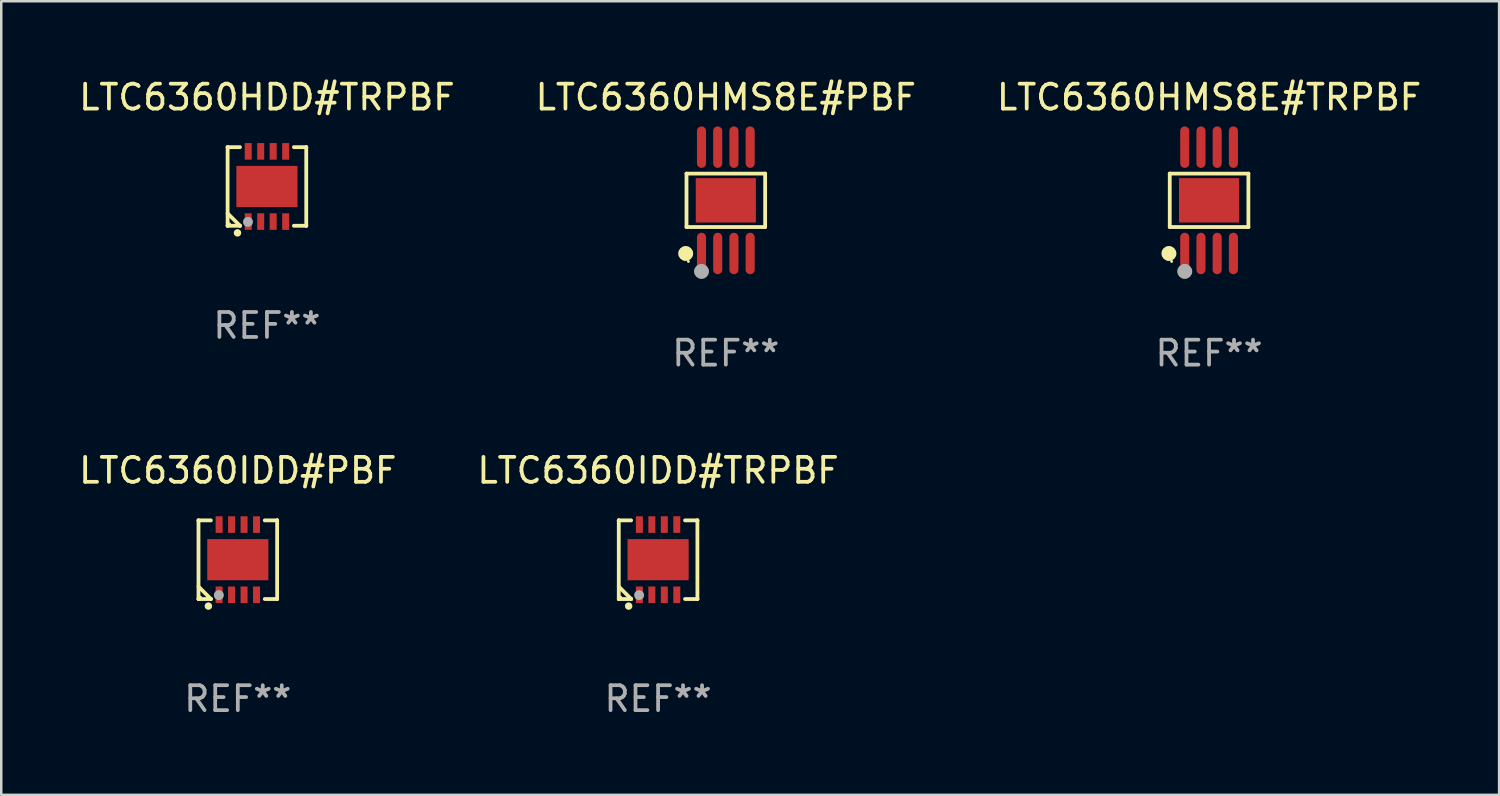
<source format=kicad_pcb>
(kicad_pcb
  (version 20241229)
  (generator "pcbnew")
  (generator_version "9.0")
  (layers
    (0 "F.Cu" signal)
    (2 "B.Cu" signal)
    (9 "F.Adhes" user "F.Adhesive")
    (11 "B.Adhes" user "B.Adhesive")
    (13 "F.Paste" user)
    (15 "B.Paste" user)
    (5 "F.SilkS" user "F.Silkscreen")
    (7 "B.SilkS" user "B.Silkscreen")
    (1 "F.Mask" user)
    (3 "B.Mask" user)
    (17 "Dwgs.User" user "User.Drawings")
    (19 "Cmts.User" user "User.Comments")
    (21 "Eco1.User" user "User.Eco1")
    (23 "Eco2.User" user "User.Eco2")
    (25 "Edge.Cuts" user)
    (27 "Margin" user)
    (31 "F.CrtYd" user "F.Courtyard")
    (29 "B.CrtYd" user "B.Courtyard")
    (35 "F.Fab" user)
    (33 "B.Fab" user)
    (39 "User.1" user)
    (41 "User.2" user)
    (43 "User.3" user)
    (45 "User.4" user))
  (footprint "LTC6360HDD#TRPBF"
    (layer "F.Cu")
    (at 7.649 4.424)
    (property "Reference" "LTC6360HDD#TRPBF" (at 0 -3.576 0) (layer "F.SilkS") (effects (font (size 1 1) (thickness 0.15))))
    (attr through_hole)
    (fp_line (start -1.576 -1.576) (end -1.576 -1.576) (stroke (width 0.152) (type solid)) (layer "F.SilkS"))
    (fp_line (start -1.576 -1.576) (end -1.08 -1.576) (stroke (width 0.152) (type solid)) (layer "F.SilkS"))
    (fp_line (start -1.576 1.576) (end -1.576 -1.576) (stroke (width 0.152) (type solid)) (layer "F.SilkS"))
    (fp_line (start -1.576 1.576) (end -1.576 1.576) (stroke (width 0.152) (type solid)) (layer "F.SilkS"))
    (fp_line (start -1.08 1.575) (end -1.576 1.079) (stroke (width 0.152) (type solid)) (layer "F.SilkS"))
    (fp_line (start -1.08 1.576) (end -1.576 1.576) (stroke (width 0.152) (type solid)) (layer "F.SilkS"))
    (fp_line (start -1.08 1.576) (end -1.08 1.575) (stroke (width 0.152) (type solid)) (layer "F.SilkS"))
    (fp_line (start 1.08 1.576) (end 1.576 1.576) (stroke (width 0.152) (type solid)) (layer "F.SilkS"))
    (fp_line (start 1.576 -1.576) (end 1.08 -1.576) (stroke (width 0.152) (type solid)) (layer "F.SilkS"))
    (fp_line (start 1.576 -1.576) (end 1.576 -1.576) (stroke (width 0.152) (type solid)) (layer "F.SilkS"))
    (fp_line (start 1.576 1.576) (end 1.576 -1.576) (stroke (width 0.152) (type solid)) (layer "F.SilkS"))
    (fp_line (start 1.576 1.576) (end 1.576 1.576) (stroke (width 0.152) (type solid)) (layer "F.SilkS"))
    (fp_circle (center -1.5 1.5) (end -1.47 1.5) (stroke (width 0.06) (type solid)) (fill no) (layer "F.SilkS"))
    (fp_circle (center -1.18 1.86) (end -1.105 1.86) (stroke (width 0.15) (type solid)) (fill no) (layer "F.SilkS"))
    (fp_circle (center -0.76 1.42) (end -0.66 1.42) (stroke (width 0.2) (type solid)) (fill no) (layer "F.Fab"))
    (fp_text user "REF**" (at 0 5.576 0) (layer "F.Fab") (effects (font (size 1 1) (thickness 0.15))))
    (pad "1" smd rect (at -0.75 1.407) (size 0.28 0.665) (layers "F.Cu" "F.Mask" "F.Paste"))
    (pad "2" smd rect (at -0.25 1.407) (size 0.28 0.665) (layers "F.Cu" "F.Mask" "F.Paste"))
    (pad "3" smd rect (at 0.25 1.407) (size 0.28 0.665) (layers "F.Cu" "F.Mask" "F.Paste"))
    (pad "4" smd rect (at 0.75 1.407) (size 0.28 0.665) (layers "F.Cu" "F.Mask" "F.Paste"))
    (pad "5" smd rect (at 0.75 -1.407) (size 0.28 0.665) (layers "F.Cu" "F.Mask" "F.Paste"))
    (pad "6" smd rect (at 0.25 -1.407) (size 0.28 0.665) (layers "F.Cu" "F.Mask" "F.Paste"))
    (pad "7" smd rect (at -0.25 -1.407) (size 0.28 0.665) (layers "F.Cu" "F.Mask" "F.Paste"))
    (pad "8" smd rect (at -0.75 -1.407) (size 0.28 0.665) (layers "F.Cu" "F.Mask" "F.Paste"))
    (pad "9" smd rect (at 0 0) (size 2.45 1.65) (layers "F.Cu" "F.Mask" "F.Paste")))
  (footprint "LTC6360IDD#TRPBF"
    (layer "F.Cu")
    (at 23.327 19.383)
    (property "Reference" "LTC6360IDD#TRPBF" (at 0 -3.576 0) (layer "F.SilkS") (effects (font (size 1 1) (thickness 0.15))))
    (attr through_hole)
    (fp_line (start -1.576 -1.576) (end -1.576 -1.576) (stroke (width 0.152) (type solid)) (layer "F.SilkS"))
    (fp_line (start -1.576 -1.576) (end -1.08 -1.576) (stroke (width 0.152) (type solid)) (layer "F.SilkS"))
    (fp_line (start -1.576 1.576) (end -1.576 -1.576) (stroke (width 0.152) (type solid)) (layer "F.SilkS"))
    (fp_line (start -1.576 1.576) (end -1.576 1.576) (stroke (width 0.152) (type solid)) (layer "F.SilkS"))
    (fp_line (start -1.08 1.575) (end -1.576 1.079) (stroke (width 0.152) (type solid)) (layer "F.SilkS"))
    (fp_line (start -1.08 1.576) (end -1.576 1.576) (stroke (width 0.152) (type solid)) (layer "F.SilkS"))
    (fp_line (start -1.08 1.576) (end -1.08 1.575) (stroke (width 0.152) (type solid)) (layer "F.SilkS"))
    (fp_line (start 1.08 1.576) (end 1.576 1.576) (stroke (width 0.152) (type solid)) (layer "F.SilkS"))
    (fp_line (start 1.576 -1.576) (end 1.08 -1.576) (stroke (width 0.152) (type solid)) (layer "F.SilkS"))
    (fp_line (start 1.576 -1.576) (end 1.576 -1.576) (stroke (width 0.152) (type solid)) (layer "F.SilkS"))
    (fp_line (start 1.576 1.576) (end 1.576 -1.576) (stroke (width 0.152) (type solid)) (layer "F.SilkS"))
    (fp_line (start 1.576 1.576) (end 1.576 1.576) (stroke (width 0.152) (type solid)) (layer "F.SilkS"))
    (fp_circle (center -1.5 1.5) (end -1.47 1.5) (stroke (width 0.06) (type solid)) (fill no) (layer "F.SilkS"))
    (fp_circle (center -1.18 1.86) (end -1.105 1.86) (stroke (width 0.15) (type solid)) (fill no) (layer "F.SilkS"))
    (fp_circle (center -0.76 1.42) (end -0.66 1.42) (stroke (width 0.2) (type solid)) (fill no) (layer "F.Fab"))
    (fp_text user "REF**" (at 0 5.576 0) (layer "F.Fab") (effects (font (size 1 1) (thickness 0.15))))
    (pad "1" smd rect (at -0.75 1.407) (size 0.28 0.665) (layers "F.Cu" "F.Mask" "F.Paste"))
    (pad "2" smd rect (at -0.25 1.407) (size 0.28 0.665) (layers "F.Cu" "F.Mask" "F.Paste"))
    (pad "3" smd rect (at 0.25 1.407) (size 0.28 0.665) (layers "F.Cu" "F.Mask" "F.Paste"))
    (pad "4" smd rect (at 0.75 1.407) (size 0.28 0.665) (layers "F.Cu" "F.Mask" "F.Paste"))
    (pad "5" smd rect (at 0.75 -1.407) (size 0.28 0.665) (layers "F.Cu" "F.Mask" "F.Paste"))
    (pad "6" smd rect (at 0.25 -1.407) (size 0.28 0.665) (layers "F.Cu" "F.Mask" "F.Paste"))
    (pad "7" smd rect (at -0.25 -1.407) (size 0.28 0.665) (layers "F.Cu" "F.Mask" "F.Paste"))
    (pad "8" smd rect (at -0.75 -1.407) (size 0.28 0.665) (layers "F.Cu" "F.Mask" "F.Paste"))
    (pad "9" smd rect (at 0 0) (size 2.45 1.65) (layers "F.Cu" "F.Mask" "F.Paste")))
  (footprint "LTC6360HMS8E#PBF"
    (layer "F.Cu")
    (at 26.042 4.979)
    (property "Reference" "LTC6360HMS8E#PBF" (at 0 -4.131 0) (layer "F.SilkS") (effects (font (size 1 1) (thickness 0.15))))
    (attr through_hole)
    (fp_line (start -1.576 -1.071) (end 1.576 -1.071) (stroke (width 0.152) (type solid)) (layer "F.SilkS"))
    (fp_line (start -1.576 1.071) (end -1.576 -1.071) (stroke (width 0.152) (type solid)) (layer "F.SilkS"))
    (fp_line (start 1.576 -1.071) (end 1.576 1.071) (stroke (width 0.152) (type solid)) (layer "F.SilkS"))
    (fp_line (start 1.576 1.071) (end -1.576 1.071) (stroke (width 0.152) (type solid)) (layer "F.SilkS"))
    (fp_circle (center -1.609 2.131) (end -1.459 2.131) (stroke (width 0.3) (type solid)) (fill no) (layer "F.SilkS"))
    (fp_circle (center -1.5 2.45) (end -1.47 2.45) (stroke (width 0.06) (type solid)) (fill no) (layer "F.SilkS"))
    (fp_circle (center -0.975 2.85) (end -0.825 2.85) (stroke (width 0.3) (type solid)) (fill no) (layer "F.Fab"))
    (fp_text user "REF**" (at 0 6.131 0) (layer "F.Fab") (effects (font (size 1 1) (thickness 0.15))))
    (pad "1" smd oval (at -0.975 2.131) (size 0.364 1.662) (layers "F.Cu" "F.Mask" "F.Paste"))
    (pad "2" smd oval (at -0.325 2.131) (size 0.364 1.662) (layers "F.Cu" "F.Mask" "F.Paste"))
    (pad "3" smd oval (at 0.325 2.131) (size 0.364 1.662) (layers "F.Cu" "F.Mask" "F.Paste"))
    (pad "4" smd oval (at 0.975 2.131) (size 0.364 1.662) (layers "F.Cu" "F.Mask" "F.Paste"))
    (pad "5" smd oval (at 0.975 -2.131) (size 0.364 1.662) (layers "F.Cu" "F.Mask" "F.Paste"))
    (pad "6" smd oval (at 0.325 -2.131) (size 0.364 1.662) (layers "F.Cu" "F.Mask" "F.Paste"))
    (pad "7" smd oval (at -0.325 -2.131) (size 0.364 1.662) (layers "F.Cu" "F.Mask" "F.Paste"))
    (pad "8" smd oval (at -0.975 -2.131) (size 0.364 1.662) (layers "F.Cu" "F.Mask" "F.Paste"))
    (pad "9" smd rect (at 0 0) (size 2.41 1.78) (layers "F.Cu" "F.Mask" "F.Paste")))
  (footprint "LTC6360IDD#PBF"
    (layer "F.Cu")
    (at 6.482 19.383)
    (property "Reference" "LTC6360IDD#PBF" (at 0 -3.576 0) (layer "F.SilkS") (effects (font (size 1 1) (thickness 0.15))))
    (attr through_hole)
    (fp_line (start -1.576 -1.576) (end -1.576 -1.576) (stroke (width 0.152) (type solid)) (layer "F.SilkS"))
    (fp_line (start -1.576 -1.576) (end -1.08 -1.576) (stroke (width 0.152) (type solid)) (layer "F.SilkS"))
    (fp_line (start -1.576 1.576) (end -1.576 -1.576) (stroke (width 0.152) (type solid)) (layer "F.SilkS"))
    (fp_line (start -1.576 1.576) (end -1.576 1.576) (stroke (width 0.152) (type solid)) (layer "F.SilkS"))
    (fp_line (start -1.08 1.575) (end -1.576 1.079) (stroke (width 0.152) (type solid)) (layer "F.SilkS"))
    (fp_line (start -1.08 1.576) (end -1.576 1.576) (stroke (width 0.152) (type solid)) (layer "F.SilkS"))
    (fp_line (start -1.08 1.576) (end -1.08 1.575) (stroke (width 0.152) (type solid)) (layer "F.SilkS"))
    (fp_line (start 1.08 1.576) (end 1.576 1.576) (stroke (width 0.152) (type solid)) (layer "F.SilkS"))
    (fp_line (start 1.576 -1.576) (end 1.08 -1.576) (stroke (width 0.152) (type solid)) (layer "F.SilkS"))
    (fp_line (start 1.576 -1.576) (end 1.576 -1.576) (stroke (width 0.152) (type solid)) (layer "F.SilkS"))
    (fp_line (start 1.576 1.576) (end 1.576 -1.576) (stroke (width 0.152) (type solid)) (layer "F.SilkS"))
    (fp_line (start 1.576 1.576) (end 1.576 1.576) (stroke (width 0.152) (type solid)) (layer "F.SilkS"))
    (fp_circle (center -1.5 1.5) (end -1.47 1.5) (stroke (width 0.06) (type solid)) (fill no) (layer "F.SilkS"))
    (fp_circle (center -1.18 1.86) (end -1.105 1.86) (stroke (width 0.15) (type solid)) (fill no) (layer "F.SilkS"))
    (fp_circle (center -0.76 1.42) (end -0.66 1.42) (stroke (width 0.2) (type solid)) (fill no) (layer "F.Fab"))
    (fp_text user "REF**" (at 0 5.576 0) (layer "F.Fab") (effects (font (size 1 1) (thickness 0.15))))
    (pad "1" smd rect (at -0.75 1.407) (size 0.28 0.665) (layers "F.Cu" "F.Mask" "F.Paste"))
    (pad "2" smd rect (at -0.25 1.407) (size 0.28 0.665) (layers "F.Cu" "F.Mask" "F.Paste"))
    (pad "3" smd rect (at 0.25 1.407) (size 0.28 0.665) (layers "F.Cu" "F.Mask" "F.Paste"))
    (pad "4" smd rect (at 0.75 1.407) (size 0.28 0.665) (layers "F.Cu" "F.Mask" "F.Paste"))
    (pad "5" smd rect (at 0.75 -1.407) (size 0.28 0.665) (layers "F.Cu" "F.Mask" "F.Paste"))
    (pad "6" smd rect (at 0.25 -1.407) (size 0.28 0.665) (layers "F.Cu" "F.Mask" "F.Paste"))
    (pad "7" smd rect (at -0.25 -1.407) (size 0.28 0.665) (layers "F.Cu" "F.Mask" "F.Paste"))
    (pad "8" smd rect (at -0.75 -1.407) (size 0.28 0.665) (layers "F.Cu" "F.Mask" "F.Paste"))
    (pad "9" smd rect (at 0 0) (size 2.45 1.65) (layers "F.Cu" "F.Mask" "F.Paste")))
  (footprint "LTC6360HMS8E#TRPBF"
    (layer "F.Cu")
    (at 45.411 4.979)
    (property "Reference" "LTC6360HMS8E#TRPBF" (at 0 -4.131 0) (layer "F.SilkS") (effects (font (size 1 1) (thickness 0.15))))
    (attr through_hole)
    (fp_line (start -1.576 -1.071) (end 1.576 -1.071) (stroke (width 0.152) (type solid)) (layer "F.SilkS"))
    (fp_line (start -1.576 1.071) (end -1.576 -1.071) (stroke (width 0.152) (type solid)) (layer "F.SilkS"))
    (fp_line (start 1.576 -1.071) (end 1.576 1.071) (stroke (width 0.152) (type solid)) (layer "F.SilkS"))
    (fp_line (start 1.576 1.071) (end -1.576 1.071) (stroke (width 0.152) (type solid)) (layer "F.SilkS"))
    (fp_circle (center -1.609 2.131) (end -1.459 2.131) (stroke (width 0.3) (type solid)) (fill no) (layer "F.SilkS"))
    (fp_circle (center -1.5 2.45) (end -1.47 2.45) (stroke (width 0.06) (type solid)) (fill no) (layer "F.SilkS"))
    (fp_circle (center -0.975 2.85) (end -0.825 2.85) (stroke (width 0.3) (type solid)) (fill no) (layer "F.Fab"))
    (fp_text user "REF**" (at 0 6.131 0) (layer "F.Fab") (effects (font (size 1 1) (thickness 0.15))))
    (pad "1" smd oval (at -0.975 2.131) (size 0.364 1.662) (layers "F.Cu" "F.Mask" "F.Paste"))
    (pad "2" smd oval (at -0.325 2.131) (size 0.364 1.662) (layers "F.Cu" "F.Mask" "F.Paste"))
    (pad "3" smd oval (at 0.325 2.131) (size 0.364 1.662) (layers "F.Cu" "F.Mask" "F.Paste"))
    (pad "4" smd oval (at 0.975 2.131) (size 0.364 1.662) (layers "F.Cu" "F.Mask" "F.Paste"))
    (pad "5" smd oval (at 0.975 -2.131) (size 0.364 1.662) (layers "F.Cu" "F.Mask" "F.Paste"))
    (pad "6" smd oval (at 0.325 -2.131) (size 0.364 1.662) (layers "F.Cu" "F.Mask" "F.Paste"))
    (pad "7" smd oval (at -0.325 -2.131) (size 0.364 1.662) (layers "F.Cu" "F.Mask" "F.Paste"))
    (pad "8" smd oval (at -0.975 -2.131) (size 0.364 1.662) (layers "F.Cu" "F.Mask" "F.Paste"))
    (pad "9" smd rect (at 0 0) (size 2.41 1.78) (layers "F.Cu" "F.Mask" "F.Paste")))
  (gr_rect
    (start -3 -3)
    (end 57.036 28.808)
    (stroke (width 0.1) (type default))
    (fill no)
    (layer "Edge.Cuts")))
</source>
